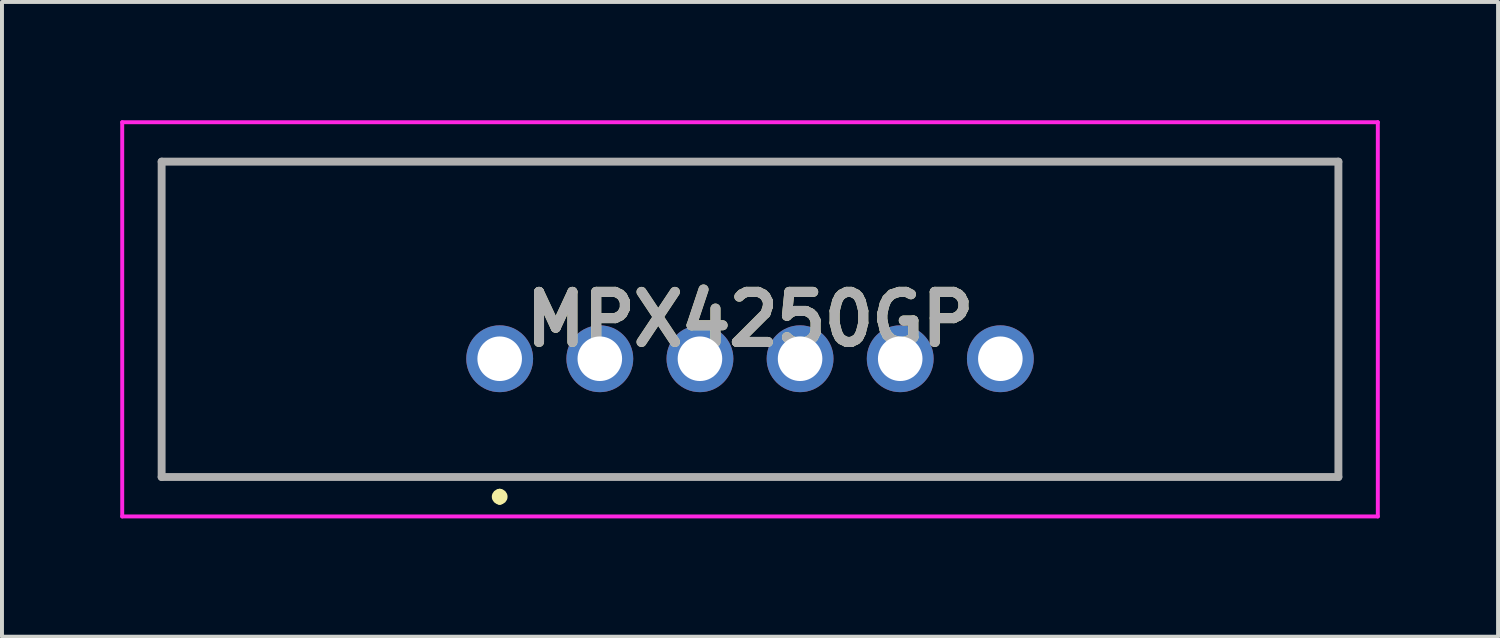
<source format=kicad_pcb>
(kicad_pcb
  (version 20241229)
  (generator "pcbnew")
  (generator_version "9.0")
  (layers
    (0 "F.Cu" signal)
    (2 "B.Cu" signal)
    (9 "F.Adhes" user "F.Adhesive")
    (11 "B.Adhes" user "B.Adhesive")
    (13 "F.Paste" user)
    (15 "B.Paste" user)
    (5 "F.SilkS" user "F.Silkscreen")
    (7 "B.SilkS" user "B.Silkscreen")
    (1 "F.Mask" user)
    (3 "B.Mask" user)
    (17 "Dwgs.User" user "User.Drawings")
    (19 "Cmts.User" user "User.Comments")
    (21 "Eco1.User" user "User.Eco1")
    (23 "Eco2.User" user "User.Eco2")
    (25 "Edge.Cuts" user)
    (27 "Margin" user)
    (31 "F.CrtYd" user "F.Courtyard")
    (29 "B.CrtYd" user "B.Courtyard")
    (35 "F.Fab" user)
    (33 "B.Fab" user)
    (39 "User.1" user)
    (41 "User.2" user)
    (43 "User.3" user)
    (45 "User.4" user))
  (footprint "MPX4250GP"
    (layer "F.Cu")
    (at 9.625 6.05)
    (property "Reference" "MPX4250GP" (at 6.35 -1 0) (layer "F.SilkS") (effects (font (size 1.27 1.27) (thickness 0.254))))
    (attr through_hole)
    (fp_line (start -8.575 -5) (end 21.275 -5) (stroke (width 0.1) (type solid)) (layer "F.SilkS"))
    (fp_line (start -8.575 3) (end -8.575 -5) (stroke (width 0.1) (type solid)) (layer "F.SilkS"))
    (fp_line (start 0 3.4) (end 0 3.4) (stroke (width 0.2) (type solid)) (layer "F.SilkS"))
    (fp_line (start 0 3.6) (end 0 3.6) (stroke (width 0.2) (type solid)) (layer "F.SilkS"))
    (fp_line (start 21.275 -5) (end 21.275 3) (stroke (width 0.1) (type solid)) (layer "F.SilkS"))
    (fp_line (start 21.275 3) (end -8.575 3) (stroke (width 0.1) (type solid)) (layer "F.SilkS"))
    (fp_arc (start 0 3.4) (mid 0.1 3.5) (end 0 3.6) (stroke (width 0.2) (type solid)) (layer "F.SilkS"))
    (fp_arc (start 0 3.6) (mid -0.1 3.5) (end 0 3.4) (stroke (width 0.2) (type solid)) (layer "F.SilkS"))
    (fp_line (start -9.575 -6) (end 22.275 -6) (stroke (width 0.1) (type solid)) (layer "F.CrtYd"))
    (fp_line (start -9.575 4) (end -9.575 -6) (stroke (width 0.1) (type solid)) (layer "F.CrtYd"))
    (fp_line (start 22.275 -6) (end 22.275 4) (stroke (width 0.1) (type solid)) (layer "F.CrtYd"))
    (fp_line (start 22.275 4) (end -9.575 4) (stroke (width 0.1) (type solid)) (layer "F.CrtYd"))
    (fp_line (start -8.575 -5) (end 21.275 -5) (stroke (width 0.2) (type solid)) (layer "F.Fab"))
    (fp_line (start -8.575 3) (end -8.575 -5) (stroke (width 0.2) (type solid)) (layer "F.Fab"))
    (fp_line (start 21.275 -5) (end 21.275 3) (stroke (width 0.2) (type solid)) (layer "F.Fab"))
    (fp_line (start 21.275 3) (end -8.575 3) (stroke (width 0.2) (type solid)) (layer "F.Fab"))
    (fp_text user "${REFERENCE}" (at 6.35 -1 0) (layer "F.Fab") (effects (font (size 1.27 1.27) (thickness 0.254))))
    (pad "1" thru_hole circle (at 0 0) (size 1.695 1.695) (drill 1.13) (layers "*.Cu" "*.Mask"))
    (pad "2" thru_hole circle (at 2.54 0) (size 1.695 1.695) (drill 1.13) (layers "*.Cu" "*.Mask"))
    (pad "3" thru_hole circle (at 5.08 0) (size 1.695 1.695) (drill 1.13) (layers "*.Cu" "*.Mask"))
    (pad "4" thru_hole circle (at 7.62 0) (size 1.695 1.695) (drill 1.13) (layers "*.Cu" "*.Mask"))
    (pad "5" thru_hole circle (at 10.16 0) (size 1.695 1.695) (drill 1.13) (layers "*.Cu" "*.Mask"))
    (pad "6" thru_hole circle (at 12.7 0) (size 1.695 1.695) (drill 1.13) (layers "*.Cu" "*.Mask")))
  (gr_rect
    (start -3 -3)
    (end 34.95 13.1)
    (stroke (width 0.1) (type default))
    (fill no)
    (layer "Edge.Cuts")))
</source>
